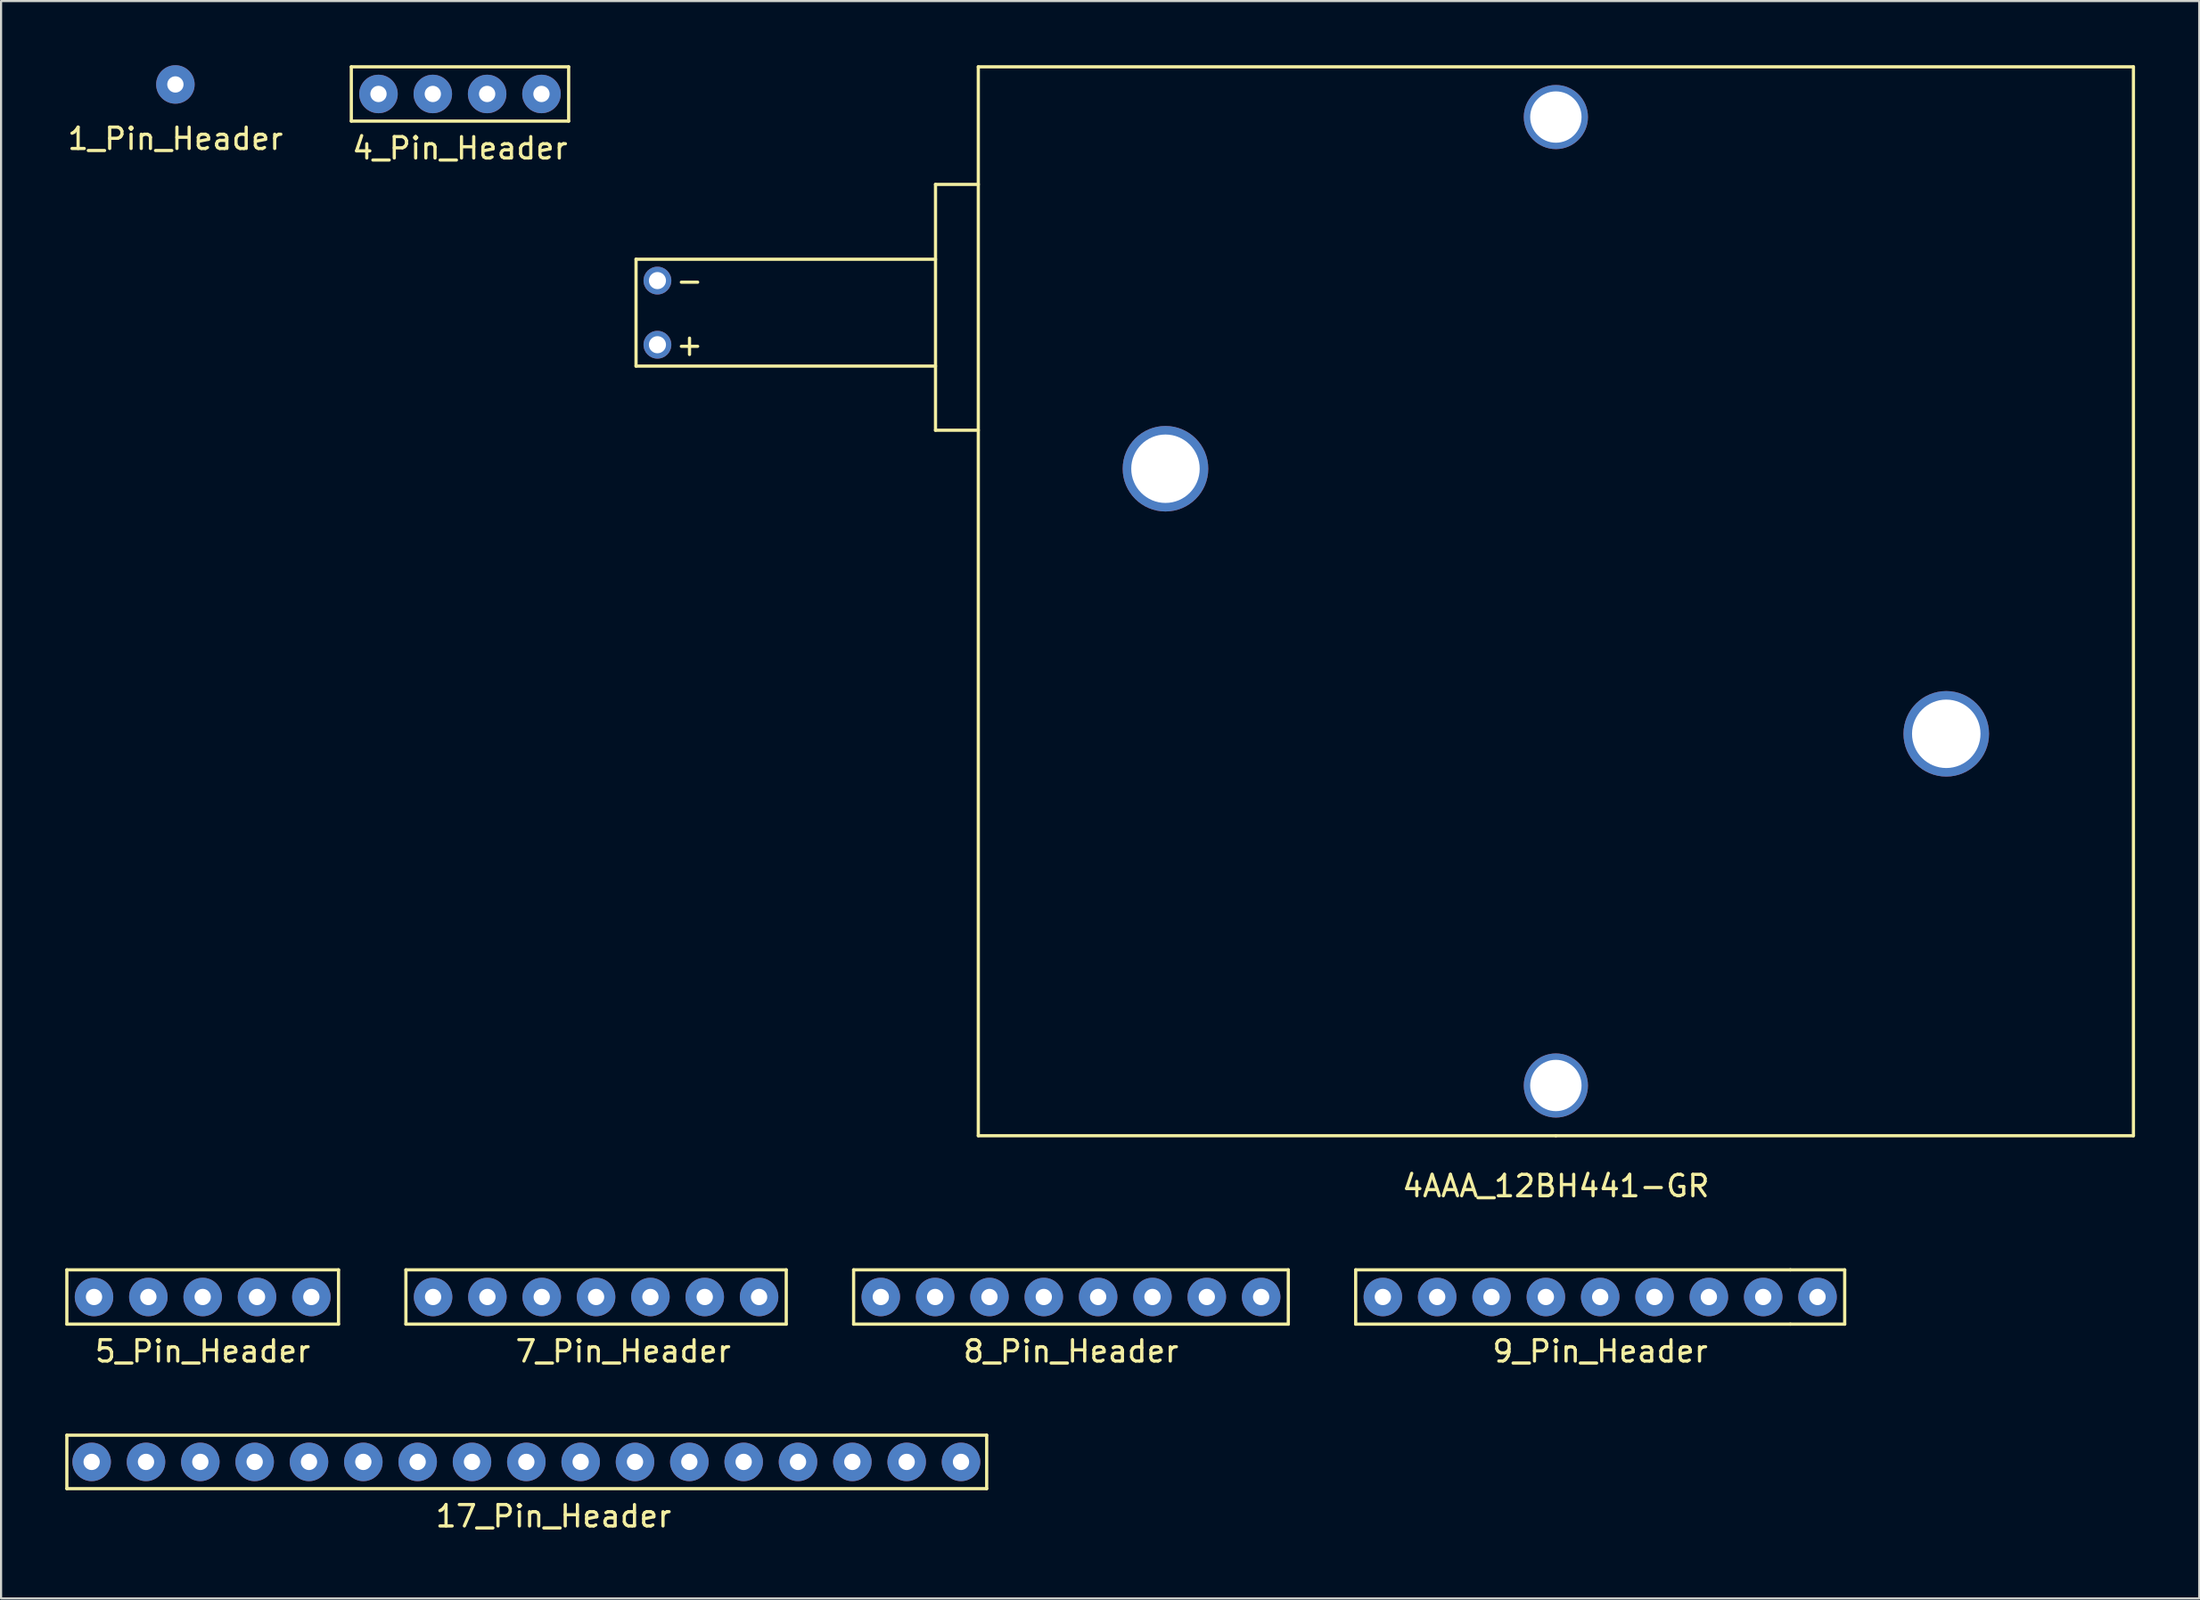
<source format=kicad_pcb>
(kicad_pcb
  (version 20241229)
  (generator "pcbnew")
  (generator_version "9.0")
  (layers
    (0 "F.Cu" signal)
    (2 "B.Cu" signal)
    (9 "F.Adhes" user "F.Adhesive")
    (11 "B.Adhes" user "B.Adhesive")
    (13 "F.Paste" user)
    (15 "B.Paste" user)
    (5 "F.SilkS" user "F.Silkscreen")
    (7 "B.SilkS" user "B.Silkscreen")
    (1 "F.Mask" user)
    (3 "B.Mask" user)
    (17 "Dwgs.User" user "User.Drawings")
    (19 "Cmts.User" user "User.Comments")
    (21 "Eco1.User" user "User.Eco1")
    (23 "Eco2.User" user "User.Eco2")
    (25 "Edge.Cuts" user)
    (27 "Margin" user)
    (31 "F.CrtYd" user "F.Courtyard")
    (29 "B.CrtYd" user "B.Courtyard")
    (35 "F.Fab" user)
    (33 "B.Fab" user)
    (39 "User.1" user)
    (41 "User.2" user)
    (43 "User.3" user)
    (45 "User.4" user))
  (footprint "8_Pin_Header"
    (layer "F.Cu")
    (at 47.015 57.618)
    (property "Reference" "8_Pin_Header" (at 0 2.54 0) (layer "F.SilkS") (effects (font (size 1 1) (thickness 0.15))))
    (attr through_hole)
    (fp_line (start -10.16 -1.27) (end 10.16 -1.27) (stroke (width 0.15) (type solid)) (layer "F.SilkS"))
    (fp_line (start -10.16 1.27) (end -10.16 -1.27) (stroke (width 0.15) (type solid)) (layer "F.SilkS"))
    (fp_line (start 10.16 -1.27) (end 10.16 1.27) (stroke (width 0.15) (type solid)) (layer "F.SilkS"))
    (fp_line (start 10.16 1.27) (end -10.16 1.27) (stroke (width 0.15) (type solid)) (layer "F.SilkS"))
    (pad "1" thru_hole circle (at -8.89 0) (size 1.8 1.8) (drill 0.762) (layers "*.Cu" "*.Mask"))
    (pad "2" thru_hole circle (at -6.35 0) (size 1.8 1.8) (drill 0.762) (layers "*.Cu" "*.Mask"))
    (pad "3" thru_hole circle (at -3.81 0) (size 1.8 1.8) (drill 0.762) (layers "*.Cu" "*.Mask"))
    (pad "4" thru_hole circle (at -1.27 0) (size 1.8 1.8) (drill 0.762) (layers "*.Cu" "*.Mask"))
    (pad "5" thru_hole circle (at 1.27 0) (size 1.8 1.8) (drill 0.762) (layers "*.Cu" "*.Mask"))
    (pad "6" thru_hole circle (at 3.81 0) (size 1.8 1.8) (drill 0.762) (layers "*.Cu" "*.Mask"))
    (pad "7" thru_hole circle (at 6.35 0) (size 1.8 1.8) (drill 0.762) (layers "*.Cu" "*.Mask"))
    (pad "8" thru_hole circle (at 8.89 0) (size 1.8 1.8) (drill 0.762) (layers "*.Cu" "*.Mask")))
  (footprint "7_Pin_Header"
    (layer "F.Cu")
    (at 24.815 57.618)
    (property "Reference" "7_Pin_Header" (at 1.27 2.54 0) (layer "F.SilkS") (effects (font (size 1 1) (thickness 0.15))))
    (attr through_hole)
    (fp_line (start -8.89 -1.27) (end 8.89 -1.27) (stroke (width 0.15) (type solid)) (layer "F.SilkS"))
    (fp_line (start -8.89 1.27) (end -8.89 -1.27) (stroke (width 0.15) (type solid)) (layer "F.SilkS"))
    (fp_line (start 8.89 -1.27) (end 8.89 1.27) (stroke (width 0.15) (type solid)) (layer "F.SilkS"))
    (fp_line (start 8.89 1.27) (end -8.89 1.27) (stroke (width 0.15) (type solid)) (layer "F.SilkS"))
    (pad "1" thru_hole circle (at -7.62 0) (size 1.8 1.8) (drill 0.762) (layers "*.Cu" "*.Mask"))
    (pad "2" thru_hole circle (at -5.08 0) (size 1.8 1.8) (drill 0.762) (layers "*.Cu" "*.Mask"))
    (pad "3" thru_hole circle (at -2.54 0) (size 1.8 1.8) (drill 0.762) (layers "*.Cu" "*.Mask"))
    (pad "4" thru_hole circle (at 0 0) (size 1.8 1.8) (drill 0.762) (layers "*.Cu" "*.Mask"))
    (pad "5" thru_hole circle (at 2.54 0) (size 1.8 1.8) (drill 0.762) (layers "*.Cu" "*.Mask"))
    (pad "6" thru_hole circle (at 5.08 0) (size 1.8 1.8) (drill 0.762) (layers "*.Cu" "*.Mask"))
    (pad "7" thru_hole circle (at 7.62 0) (size 1.8 1.8) (drill 0.762) (layers "*.Cu" "*.Mask")))
  (footprint "4_Pin_Header"
    (layer "F.Cu")
    (at 18.453 1.345)
    (property "Reference" "4_Pin_Header" (at 0 2.54 0) (layer "F.SilkS") (effects (font (size 1 1) (thickness 0.15))))
    (attr through_hole)
    (fp_line (start -5.08 -1.27) (end 5.08 -1.27) (stroke (width 0.15) (type solid)) (layer "F.SilkS"))
    (fp_line (start -5.08 1.27) (end -5.08 -1.27) (stroke (width 0.15) (type solid)) (layer "F.SilkS"))
    (fp_line (start 5.08 -1.27) (end 5.08 1.27) (stroke (width 0.15) (type solid)) (layer "F.SilkS"))
    (fp_line (start 5.08 1.27) (end -5.08 1.27) (stroke (width 0.15) (type solid)) (layer "F.SilkS"))
    (pad "1" thru_hole circle (at -3.81 0) (size 1.8 1.8) (drill 0.762) (layers "*.Cu" "*.Mask"))
    (pad "2" thru_hole circle (at -1.27 0) (size 1.8 1.8) (drill 0.762) (layers "*.Cu" "*.Mask"))
    (pad "3" thru_hole circle (at 1.27 0) (size 1.8 1.8) (drill 0.762) (layers "*.Cu" "*.Mask"))
    (pad "4" thru_hole circle (at 3.81 0) (size 1.8 1.8) (drill 0.762) (layers "*.Cu" "*.Mask")))
  (footprint "1_Pin_Header"
    (layer "F.Cu")
    (at 5.149 0.9)
    (property "Reference" "1_Pin_Header" (at 0 2.54 0) (layer "F.SilkS") (effects (font (size 1 1) (thickness 0.15))))
    (attr through_hole)
    (pad "1" thru_hole circle (at 0 0) (size 1.8 1.8) (drill 0.762) (layers "*.Cu" "*.Mask")))
  (footprint "5_Pin_Header"
    (layer "F.Cu")
    (at 6.425 57.618)
    (property "Reference" "5_Pin_Header" (at 0 2.54 0) (layer "F.SilkS") (effects (font (size 1 1) (thickness 0.15))))
    (attr through_hole)
    (fp_line (start -6.35 -1.27) (end 6.35 -1.27) (stroke (width 0.15) (type solid)) (layer "F.SilkS"))
    (fp_line (start -6.35 1.27) (end -6.35 -1.27) (stroke (width 0.15) (type solid)) (layer "F.SilkS"))
    (fp_line (start 6.35 -1.27) (end 6.35 1.27) (stroke (width 0.15) (type solid)) (layer "F.SilkS"))
    (fp_line (start 6.35 1.27) (end -6.35 1.27) (stroke (width 0.15) (type solid)) (layer "F.SilkS"))
    (pad "1" thru_hole circle (at -5.08 0) (size 1.8 1.8) (drill 0.762) (layers "*.Cu" "*.Mask"))
    (pad "2" thru_hole circle (at -2.54 0) (size 1.8 1.8) (drill 0.762) (layers "*.Cu" "*.Mask"))
    (pad "3" thru_hole circle (at 0 0) (size 1.8 1.8) (drill 0.762) (layers "*.Cu" "*.Mask"))
    (pad "4" thru_hole circle (at 2.54 0) (size 1.8 1.8) (drill 0.762) (layers "*.Cu" "*.Mask"))
    (pad "5" thru_hole circle (at 5.08 0) (size 1.8 1.8) (drill 0.762) (layers "*.Cu" "*.Mask")))
  (footprint "4AAA_12BH441-GR"
    (layer "F.Cu")
    (at 69.683 25.075)
    (property "Reference" "4AAA_12BH441-GR" (at 0 27.35 0) (layer "F.SilkS") (effects (font (size 1 1) (thickness 0.15))))
    (attr through_hole)
    (fp_line (start -43 -16) (end -43 -11) (stroke (width 0.15) (type solid)) (layer "F.SilkS"))
    (fp_line (start -43 -16) (end -29 -16) (stroke (width 0.15) (type solid)) (layer "F.SilkS"))
    (fp_line (start -43 -11) (end -29 -11) (stroke (width 0.15) (type solid)) (layer "F.SilkS"))
    (fp_line (start -29 -19.5) (end -29 -8) (stroke (width 0.15) (type solid)) (layer "F.SilkS"))
    (fp_line (start -29 -8) (end -27 -8) (stroke (width 0.15) (type solid)) (layer "F.SilkS"))
    (fp_line (start -27 -19.5) (end -29 -19.5) (stroke (width 0.15) (type solid)) (layer "F.SilkS"))
    (fp_line (start -27 25) (end -27 -25) (stroke (width 0.15) (type solid)) (layer "F.SilkS"))
    (fp_line (start 0 25) (end -27 25) (stroke (width 0.15) (type solid)) (layer "F.SilkS"))
    (fp_line (start 27 -25) (end -27 -25) (stroke (width 0.15) (type solid)) (layer "F.SilkS"))
    (fp_line (start 27 -25) (end 27 25) (stroke (width 0.15) (type solid)) (layer "F.SilkS"))
    (fp_line (start 27 25) (end 0 25) (stroke (width 0.15) (type solid)) (layer "F.SilkS"))
    (fp_text user "+" (at -40.5 -12 0) (layer "F.SilkS") (effects (font (size 1 1) (thickness 0.15))))
    (fp_text user "-" (at -40.5 -15 0) (layer "F.SilkS") (effects (font (size 1 1) (thickness 0.15))))
    (pad "" np_thru_hole circle (at -18.25 -6.2) (size 4 4) (drill 3.2) (layers "*.Cu" "*.Mask"))
    (pad "" np_thru_hole circle (at 0 -22.65) (size 3 3) (drill 2.4) (layers "*.Cu" "*.Mask"))
    (pad "" np_thru_hole circle (at 0 22.65) (size 3 3) (drill 2.4) (layers "*.Cu" "*.Mask"))
    (pad "" np_thru_hole circle (at 18.25 6.2) (size 4 4) (drill 3.2) (layers "*.Cu" "*.Mask"))
    (pad "1" thru_hole circle (at -42 -12) (size 1.3 1.3) (drill 0.8) (layers "*.Cu" "*.Mask"))
    (pad "2" thru_hole circle (at -42 -15) (size 1.3 1.3) (drill 0.8) (layers "*.Cu" "*.Mask")))
  (footprint "9_Pin_Header"
    (layer "F.Cu")
    (at 71.755 57.618)
    (property "Reference" "9_Pin_Header" (at 0 2.54 0) (layer "F.SilkS") (effects (font (size 1 1) (thickness 0.15))))
    (attr through_hole)
    (fp_line (start -11.43 -1.27) (end 8.89 -1.27) (stroke (width 0.15) (type solid)) (layer "F.SilkS"))
    (fp_line (start -11.43 1.27) (end -11.43 -1.27) (stroke (width 0.15) (type solid)) (layer "F.SilkS"))
    (fp_line (start 8.89 -1.27) (end 11.43 -1.27) (stroke (width 0.15) (type solid)) (layer "F.SilkS"))
    (fp_line (start 8.89 1.27) (end -11.43 1.27) (stroke (width 0.15) (type solid)) (layer "F.SilkS"))
    (fp_line (start 11.43 -1.27) (end 11.43 1.27) (stroke (width 0.15) (type solid)) (layer "F.SilkS"))
    (fp_line (start 11.43 1.27) (end 8.89 1.27) (stroke (width 0.15) (type solid)) (layer "F.SilkS"))
    (pad "1" thru_hole circle (at -10.16 0) (size 1.8 1.8) (drill 0.762) (layers "*.Cu" "*.Mask"))
    (pad "2" thru_hole circle (at -7.62 0) (size 1.8 1.8) (drill 0.762) (layers "*.Cu" "*.Mask"))
    (pad "3" thru_hole circle (at -5.08 0) (size 1.8 1.8) (drill 0.762) (layers "*.Cu" "*.Mask"))
    (pad "4" thru_hole circle (at -2.54 0) (size 1.8 1.8) (drill 0.762) (layers "*.Cu" "*.Mask"))
    (pad "5" thru_hole circle (at 0 0) (size 1.8 1.8) (drill 0.762) (layers "*.Cu" "*.Mask"))
    (pad "6" thru_hole circle (at 2.54 0) (size 1.8 1.8) (drill 0.762) (layers "*.Cu" "*.Mask"))
    (pad "7" thru_hole circle (at 5.08 0) (size 1.8 1.8) (drill 0.762) (layers "*.Cu" "*.Mask"))
    (pad "8" thru_hole circle (at 7.62 0) (size 1.8 1.8) (drill 0.762) (layers "*.Cu" "*.Mask"))
    (pad "9" thru_hole circle (at 10.16 0) (size 1.8 1.8) (drill 0.762) (layers "*.Cu" "*.Mask")))
  (footprint "17_Pin_Header"
    (layer "F.Cu")
    (at 22.825 65.332)
    (property "Reference" "17_Pin_Header" (at 0 2.54 0) (layer "F.SilkS") (effects (font (size 1 1) (thickness 0.15))))
    (attr through_hole)
    (fp_line (start -22.75 -1.25) (end -22.75 1.25) (stroke (width 0.15) (type solid)) (layer "F.SilkS"))
    (fp_line (start -22.75 1.25) (end 20.25 1.25) (stroke (width 0.15) (type solid)) (layer "F.SilkS"))
    (fp_line (start 20.25 -1.25) (end -22.75 -1.25) (stroke (width 0.15) (type solid)) (layer "F.SilkS"))
    (fp_line (start 20.25 -1.25) (end 20.25 1.25) (stroke (width 0.15) (type solid)) (layer "F.SilkS"))
    (pad "1" thru_hole circle (at -21.59 0) (size 1.8 1.8) (drill 0.762) (layers "*.Cu" "*.Mask"))
    (pad "2" thru_hole circle (at -19.05 0) (size 1.8 1.8) (drill 0.762) (layers "*.Cu" "*.Mask"))
    (pad "3" thru_hole circle (at -16.51 0) (size 1.8 1.8) (drill 0.762) (layers "*.Cu" "*.Mask"))
    (pad "4" thru_hole circle (at -13.97 0) (size 1.8 1.8) (drill 0.762) (layers "*.Cu" "*.Mask"))
    (pad "5" thru_hole circle (at -11.43 0) (size 1.8 1.8) (drill 0.762) (layers "*.Cu" "*.Mask"))
    (pad "6" thru_hole circle (at -8.89 0) (size 1.8 1.8) (drill 0.762) (layers "*.Cu" "*.Mask"))
    (pad "7" thru_hole circle (at -6.35 0) (size 1.8 1.8) (drill 0.762) (layers "*.Cu" "*.Mask"))
    (pad "8" thru_hole circle (at -3.81 0) (size 1.8 1.8) (drill 0.762) (layers "*.Cu" "*.Mask"))
    (pad "9" thru_hole circle (at -1.27 0) (size 1.8 1.8) (drill 0.762) (layers "*.Cu" "*.Mask"))
    (pad "10" thru_hole circle (at 1.27 0) (size 1.8 1.8) (drill 0.762) (layers "*.Cu" "*.Mask"))
    (pad "11" thru_hole circle (at 3.81 0) (size 1.8 1.8) (drill 0.762) (layers "*.Cu" "*.Mask"))
    (pad "12" thru_hole circle (at 6.35 0) (size 1.8 1.8) (drill 0.762) (layers "*.Cu" "*.Mask"))
    (pad "13" thru_hole circle (at 8.89 0) (size 1.8 1.8) (drill 0.762) (layers "*.Cu" "*.Mask"))
    (pad "14" thru_hole circle (at 11.43 0) (size 1.8 1.8) (drill 0.762) (layers "*.Cu" "*.Mask"))
    (pad "15" thru_hole circle (at 13.97 0) (size 1.8 1.8) (drill 0.762) (layers "*.Cu" "*.Mask"))
    (pad "16" thru_hole circle (at 16.51 0) (size 1.8 1.8) (drill 0.762) (layers "*.Cu" "*.Mask"))
    (pad "17" thru_hole circle (at 19.05 0) (size 1.8 1.8) (drill 0.762) (layers "*.Cu" "*.Mask")))
  (gr_rect
    (start -3 -3)
    (end 99.758 71.72)
    (stroke (width 0.1) (type default))
    (fill no)
    (layer "Edge.Cuts")))
</source>
